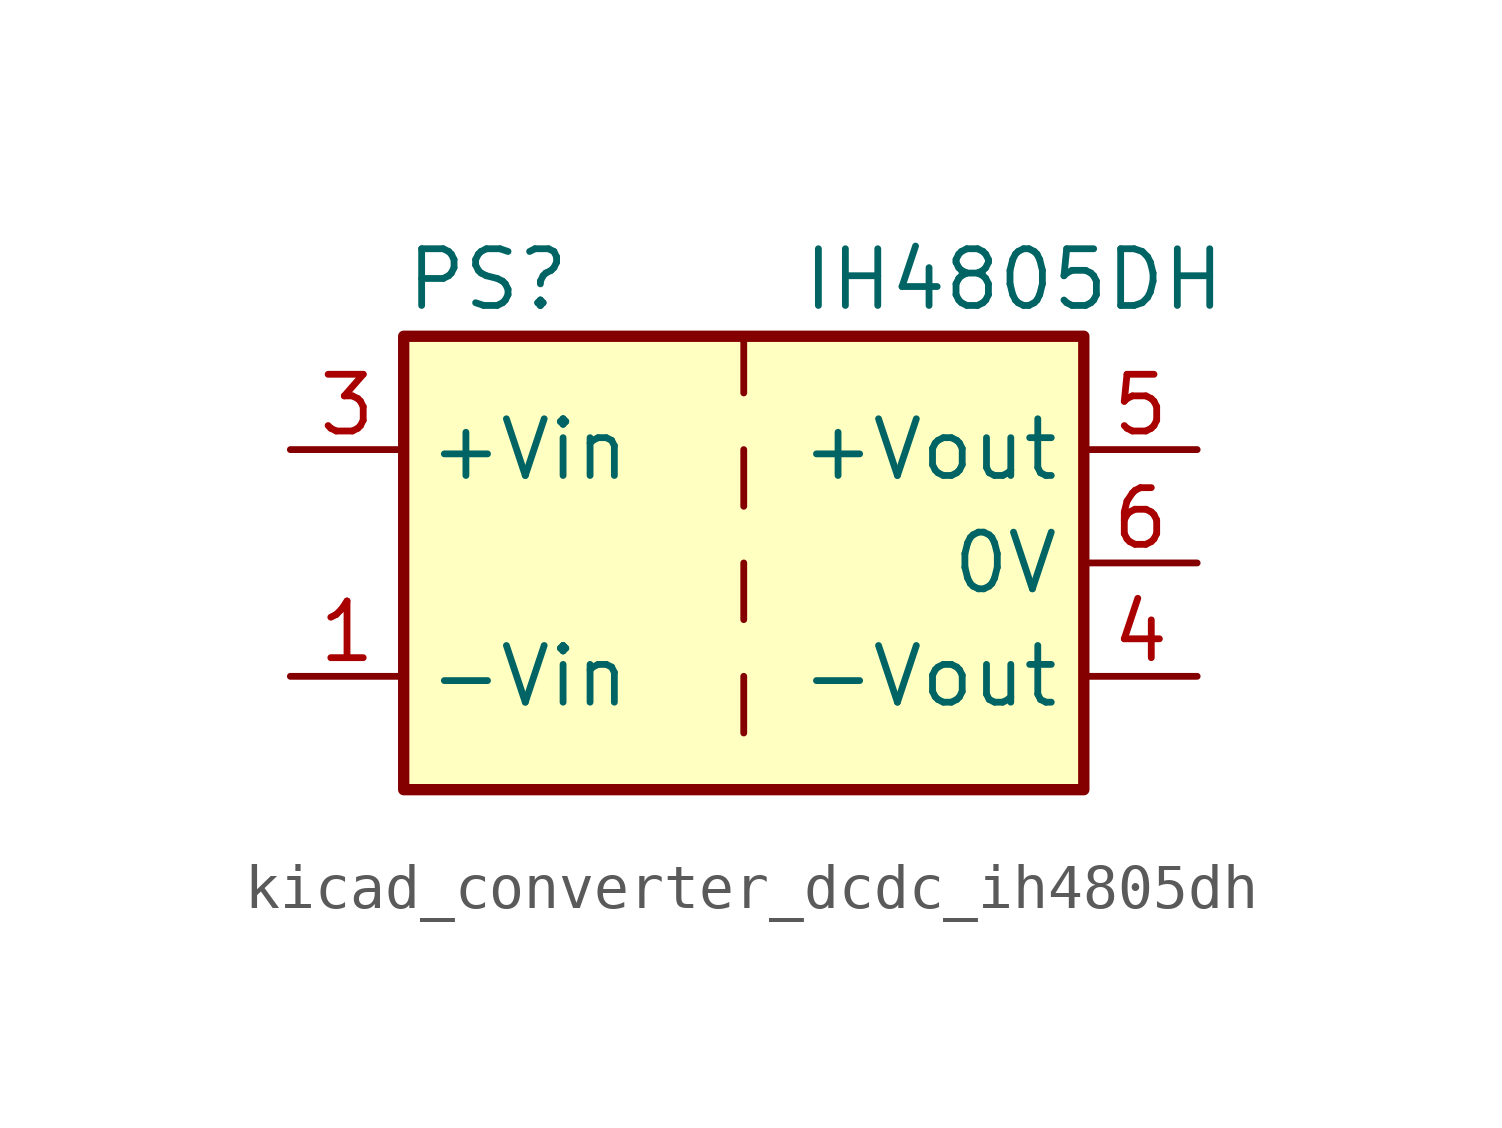
<source format=kicad_sym>
(kicad_symbol_lib
  (version 20220914)
  (generator kicad_symbol_editor)
  (symbol "kicad_converter_dcdc_ih4805dh"
    (property "Reference" "PS"
      (at -7.62 6.35 0)
      (effects (font (size 1.27 1.27)) (justify left)))
    (property "Value" "IH4805DH"
      (at 1.27 6.35 0)
      (effects (font (size 1.27 1.27)) (justify left)))
    (symbol "kicad_converter_dcdc_ih4805dh_0_0"
      (pin power_in line (at -10.16 -2.54 0) (length 2.54) (name "-Vin" (effects (font (size 1.27 1.27)))) (number "1" (effects (font (size 1.27 1.27)))))
      (pin power_in line (at -10.16 2.54 0) (length 2.54) (name "+Vin" (effects (font (size 1.27 1.27)))) (number "3" (effects (font (size 1.27 1.27)))))
      (pin power_out line (at 10.16 -2.54 180) (length 2.54) (name "-Vout" (effects (font (size 1.27 1.27)))) (number "4" (effects (font (size 1.27 1.27)))))
      (pin power_out line (at 10.16 2.54 180) (length 2.54) (name "+Vout" (effects (font (size 1.27 1.27)))) (number "5" (effects (font (size 1.27 1.27)))))
      (pin power_out line (at 10.16 0 180) (length 2.54) (name "0V" (effects (font (size 1.27 1.27)))) (number "6" (effects (font (size 1.27 1.27))))))
    (symbol "kicad_converter_dcdc_ih4805dh_0_1"
      (rectangle (start -7.62 5.08) (end 7.62 -5.08) (stroke (width 0.254) (type default)) (fill (type background)))
      (polyline (pts (xy 0 -2.54) (xy 0 -3.81)) (stroke (width 0) (type default)) (fill (type none)))
      (polyline (pts (xy 0 0) (xy 0 -1.27)) (stroke (width 0) (type default)) (fill (type none)))
      (polyline (pts (xy 0 2.54) (xy 0 1.27)) (stroke (width 0) (type default)) (fill (type none)))
      (polyline (pts (xy 0 5.08) (xy 0 3.81)) (stroke (width 0) (type default)) (fill (type none))))
    (symbol "kicad_converter_dcdc_ih4805dh_1_1"
      (pin no_connect line (at 0 -5.08 90) (length 2.54) hide (name "NC" (effects (font (size 1.27 1.27)))) (number "2" (effects (font (size 1.27 1.27))))))))
</source>
